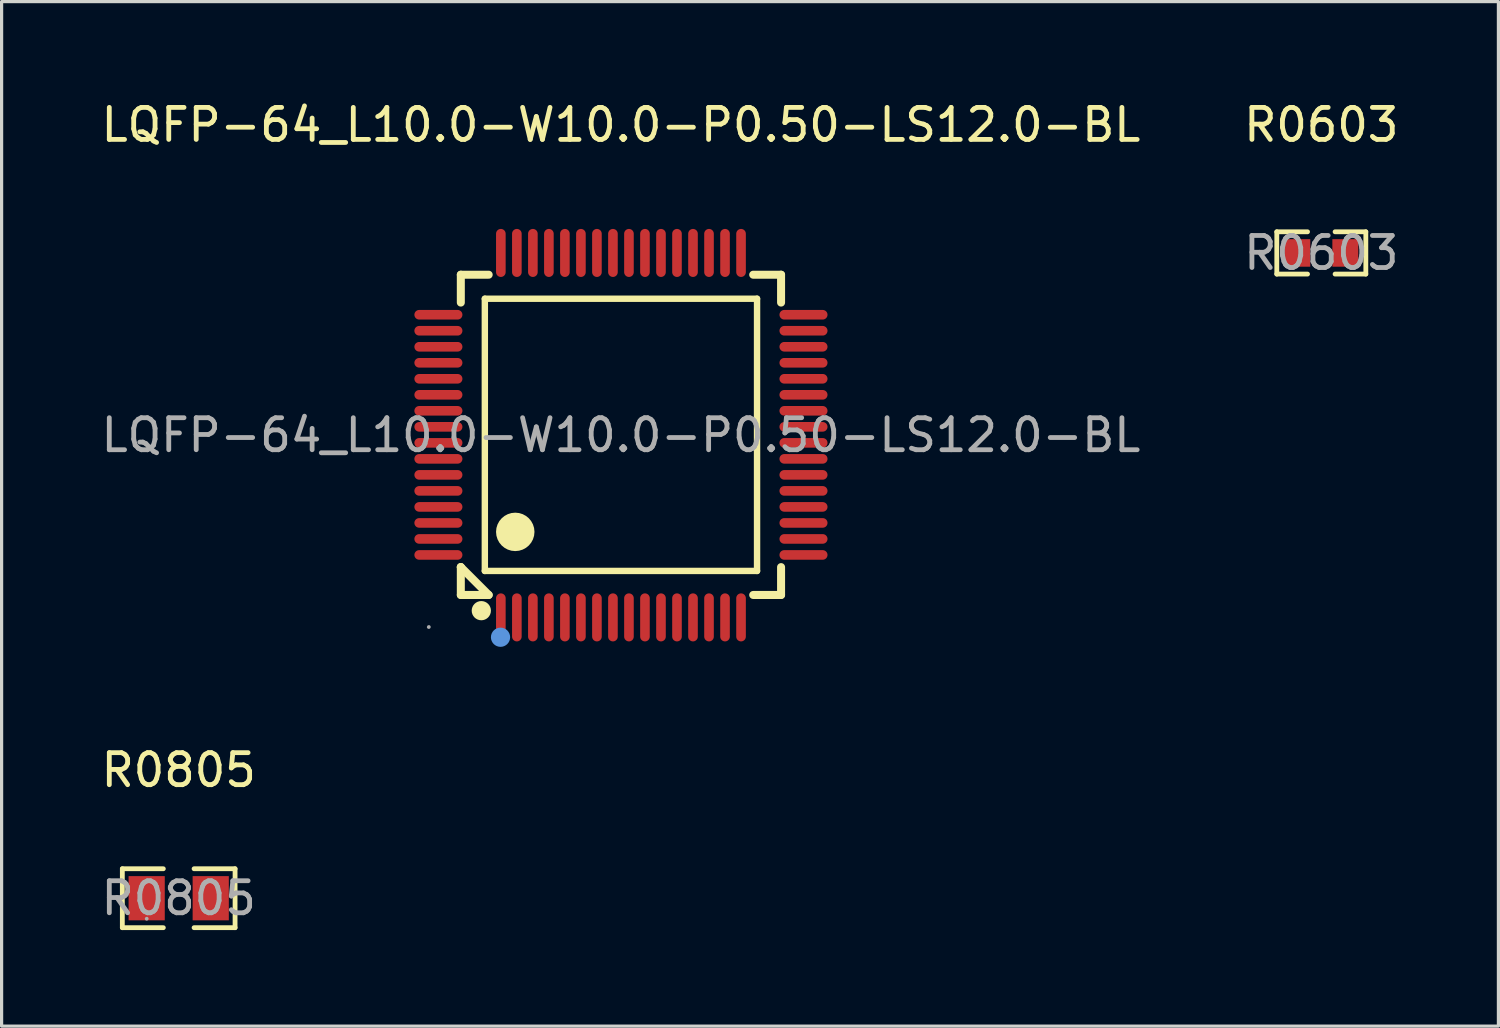
<source format=kicad_pcb>
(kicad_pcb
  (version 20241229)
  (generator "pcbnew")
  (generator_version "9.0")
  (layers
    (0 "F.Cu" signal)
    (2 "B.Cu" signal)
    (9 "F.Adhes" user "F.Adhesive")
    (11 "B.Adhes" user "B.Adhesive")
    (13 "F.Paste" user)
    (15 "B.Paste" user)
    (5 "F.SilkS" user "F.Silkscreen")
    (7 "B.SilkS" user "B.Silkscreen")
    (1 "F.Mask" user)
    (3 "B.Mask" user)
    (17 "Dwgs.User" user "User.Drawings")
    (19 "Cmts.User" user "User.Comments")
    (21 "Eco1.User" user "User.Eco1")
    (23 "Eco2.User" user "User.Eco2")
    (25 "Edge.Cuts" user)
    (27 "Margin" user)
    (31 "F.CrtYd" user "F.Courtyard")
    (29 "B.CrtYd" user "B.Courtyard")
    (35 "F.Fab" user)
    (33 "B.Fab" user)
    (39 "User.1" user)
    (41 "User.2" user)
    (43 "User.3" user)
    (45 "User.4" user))
  (footprint "LQFP-64_L10.0-W10.0-P0.50-LS12.0-BL"
    (layer "F.Cu")
    (at 16.339 10.538)
    (property "Reference" "LQFP-64_L10.0-W10.0-P0.50-LS12.0-BL" (at 0 -9.69 0) (layer "F.SilkS") (effects (font (size 1 1) (thickness 0.15))))
    (attr smd)
    (fp_line (start -5 -5.01) (end -4.13 -5.01) (stroke (width 0.25) (type solid)) (layer "F.SilkS"))
    (fp_line (start -5 -4.14) (end -5 -5.01) (stroke (width 0.25) (type solid)) (layer "F.SilkS"))
    (fp_line (start -5 4.12) (end -5 4.12) (stroke (width 0.25) (type solid)) (layer "F.SilkS"))
    (fp_line (start -5 4.12) (end -4.13 4.99) (stroke (width 0.25) (type solid)) (layer "F.SilkS"))
    (fp_line (start -5 4.99) (end -5 4.12) (stroke (width 0.25) (type solid)) (layer "F.SilkS"))
    (fp_line (start -4.25 -4.26) (end -4.25 4.24) (stroke (width 0.2) (type solid)) (layer "F.SilkS"))
    (fp_line (start -4.25 4.24) (end 4.25 4.24) (stroke (width 0.2) (type solid)) (layer "F.SilkS"))
    (fp_line (start -4.13 4.99) (end -5 4.99) (stroke (width 0.25) (type solid)) (layer "F.SilkS"))
    (fp_line (start 4.25 -4.26) (end -4.25 -4.26) (stroke (width 0.2) (type solid)) (layer "F.SilkS"))
    (fp_line (start 4.25 4.24) (end 4.25 -4.26) (stroke (width 0.2) (type solid)) (layer "F.SilkS"))
    (fp_line (start 5 -5.01) (end 4.13 -5.01) (stroke (width 0.25) (type solid)) (layer "F.SilkS"))
    (fp_line (start 5 -5.01) (end 5 -4.14) (stroke (width 0.25) (type solid)) (layer "F.SilkS"))
    (fp_line (start 5 4.12) (end 5 4.99) (stroke (width 0.25) (type solid)) (layer "F.SilkS"))
    (fp_line (start 5 4.99) (end 4.13 4.99) (stroke (width 0.25) (type solid)) (layer "F.SilkS"))
    (fp_arc (start -4.36 5.48) (mid -4.36 5.48) (end -4.36 5.48) (stroke (width 0.3) (type solid)) (layer "F.SilkS"))
    (fp_arc (start -3.3 3.02) (mid -3.3 3.02) (end -3.3 3.02) (stroke (width 0.6) (type solid)) (layer "F.SilkS"))
    (fp_circle (center -3.76 6.31) (end -3.61 6.31) (stroke (width 0.3) (type solid)) (fill no) (layer "Cmts.User"))
    (fp_circle (center -6 5.99) (end -5.97 5.99) (stroke (width 0.06) (type solid)) (fill no) (layer "F.Fab"))
    (fp_text user "${REFERENCE}" (at 0 0 0) (layer "F.Fab") (effects (font (size 1 1) (thickness 0.15))))
    (pad "1" smd oval (at -3.75 5.69) (size 0.3 1.5) (layers "F.Cu" "F.Mask" "F.Paste"))
    (pad "2" smd oval (at -3.25 5.69) (size 0.3 1.5) (layers "F.Cu" "F.Mask" "F.Paste"))
    (pad "3" smd oval (at -2.75 5.69) (size 0.3 1.5) (layers "F.Cu" "F.Mask" "F.Paste"))
    (pad "4" smd oval (at -2.25 5.69) (size 0.3 1.5) (layers "F.Cu" "F.Mask" "F.Paste"))
    (pad "5" smd oval (at -1.75 5.69) (size 0.3 1.5) (layers "F.Cu" "F.Mask" "F.Paste"))
    (pad "6" smd oval (at -1.25 5.69) (size 0.3 1.5) (layers "F.Cu" "F.Mask" "F.Paste"))
    (pad "7" smd oval (at -0.75 5.69) (size 0.3 1.5) (layers "F.Cu" "F.Mask" "F.Paste"))
    (pad "8" smd oval (at -0.25 5.69) (size 0.3 1.5) (layers "F.Cu" "F.Mask" "F.Paste"))
    (pad "9" smd oval (at 0.25 5.69) (size 0.3 1.5) (layers "F.Cu" "F.Mask" "F.Paste"))
    (pad "10" smd oval (at 0.75 5.69) (size 0.3 1.5) (layers "F.Cu" "F.Mask" "F.Paste"))
    (pad "11" smd oval (at 1.25 5.69) (size 0.3 1.5) (layers "F.Cu" "F.Mask" "F.Paste"))
    (pad "12" smd oval (at 1.75 5.69) (size 0.3 1.5) (layers "F.Cu" "F.Mask" "F.Paste"))
    (pad "13" smd oval (at 2.25 5.69) (size 0.3 1.5) (layers "F.Cu" "F.Mask" "F.Paste"))
    (pad "14" smd oval (at 2.75 5.69) (size 0.3 1.5) (layers "F.Cu" "F.Mask" "F.Paste"))
    (pad "15" smd oval (at 3.25 5.69) (size 0.3 1.5) (layers "F.Cu" "F.Mask" "F.Paste"))
    (pad "16" smd oval (at 3.75 5.69) (size 0.3 1.5) (layers "F.Cu" "F.Mask" "F.Paste"))
    (pad "17" smd oval (at 5.7 3.74) (size 1.5 0.3) (layers "F.Cu" "F.Mask" "F.Paste"))
    (pad "18" smd oval (at 5.7 3.24) (size 1.5 0.3) (layers "F.Cu" "F.Mask" "F.Paste"))
    (pad "19" smd oval (at 5.7 2.74) (size 1.5 0.3) (layers "F.Cu" "F.Mask" "F.Paste"))
    (pad "20" smd oval (at 5.7 2.24) (size 1.5 0.3) (layers "F.Cu" "F.Mask" "F.Paste"))
    (pad "21" smd oval (at 5.7 1.74) (size 1.5 0.3) (layers "F.Cu" "F.Mask" "F.Paste"))
    (pad "22" smd oval (at 5.7 1.24) (size 1.5 0.3) (layers "F.Cu" "F.Mask" "F.Paste"))
    (pad "23" smd oval (at 5.7 0.74) (size 1.5 0.3) (layers "F.Cu" "F.Mask" "F.Paste"))
    (pad "24" smd oval (at 5.7 0.24) (size 1.5 0.3) (layers "F.Cu" "F.Mask" "F.Paste"))
    (pad "25" smd oval (at 5.7 -0.26) (size 1.5 0.3) (layers "F.Cu" "F.Mask" "F.Paste"))
    (pad "26" smd oval (at 5.7 -0.76) (size 1.5 0.3) (layers "F.Cu" "F.Mask" "F.Paste"))
    (pad "27" smd oval (at 5.7 -1.26) (size 1.5 0.3) (layers "F.Cu" "F.Mask" "F.Paste"))
    (pad "28" smd oval (at 5.7 -1.76) (size 1.5 0.3) (layers "F.Cu" "F.Mask" "F.Paste"))
    (pad "29" smd oval (at 5.7 -2.26) (size 1.5 0.3) (layers "F.Cu" "F.Mask" "F.Paste"))
    (pad "30" smd oval (at 5.7 -2.76) (size 1.5 0.3) (layers "F.Cu" "F.Mask" "F.Paste"))
    (pad "31" smd oval (at 5.7 -3.26) (size 1.5 0.3) (layers "F.Cu" "F.Mask" "F.Paste"))
    (pad "32" smd oval (at 5.7 -3.76) (size 1.5 0.3) (layers "F.Cu" "F.Mask" "F.Paste"))
    (pad "33" smd oval (at 3.75 -5.69) (size 0.3 1.5) (layers "F.Cu" "F.Mask" "F.Paste"))
    (pad "34" smd oval (at 3.25 -5.69) (size 0.3 1.5) (layers "F.Cu" "F.Mask" "F.Paste"))
    (pad "35" smd oval (at 2.75 -5.69) (size 0.3 1.5) (layers "F.Cu" "F.Mask" "F.Paste"))
    (pad "36" smd oval (at 2.25 -5.69) (size 0.3 1.5) (layers "F.Cu" "F.Mask" "F.Paste"))
    (pad "37" smd oval (at 1.75 -5.69) (size 0.3 1.5) (layers "F.Cu" "F.Mask" "F.Paste"))
    (pad "38" smd oval (at 1.25 -5.69) (size 0.3 1.5) (layers "F.Cu" "F.Mask" "F.Paste"))
    (pad "39" smd oval (at 0.75 -5.69) (size 0.3 1.5) (layers "F.Cu" "F.Mask" "F.Paste"))
    (pad "40" smd oval (at 0.25 -5.69) (size 0.3 1.5) (layers "F.Cu" "F.Mask" "F.Paste"))
    (pad "41" smd oval (at -0.25 -5.69) (size 0.3 1.5) (layers "F.Cu" "F.Mask" "F.Paste"))
    (pad "42" smd oval (at -0.75 -5.69) (size 0.3 1.5) (layers "F.Cu" "F.Mask" "F.Paste"))
    (pad "43" smd oval (at -1.25 -5.69) (size 0.3 1.5) (layers "F.Cu" "F.Mask" "F.Paste"))
    (pad "44" smd oval (at -1.75 -5.69) (size 0.3 1.5) (layers "F.Cu" "F.Mask" "F.Paste"))
    (pad "45" smd oval (at -2.25 -5.69) (size 0.3 1.5) (layers "F.Cu" "F.Mask" "F.Paste"))
    (pad "46" smd oval (at -2.75 -5.69) (size 0.3 1.5) (layers "F.Cu" "F.Mask" "F.Paste"))
    (pad "47" smd oval (at -3.25 -5.69) (size 0.3 1.5) (layers "F.Cu" "F.Mask" "F.Paste"))
    (pad "48" smd oval (at -3.75 -5.69) (size 0.3 1.5) (layers "F.Cu" "F.Mask" "F.Paste"))
    (pad "49" smd oval (at -5.7 -3.76) (size 1.5 0.3) (layers "F.Cu" "F.Mask" "F.Paste"))
    (pad "50" smd oval (at -5.7 -3.26) (size 1.5 0.3) (layers "F.Cu" "F.Mask" "F.Paste"))
    (pad "51" smd oval (at -5.7 -2.76) (size 1.5 0.3) (layers "F.Cu" "F.Mask" "F.Paste"))
    (pad "52" smd oval (at -5.7 -2.26) (size 1.5 0.3) (layers "F.Cu" "F.Mask" "F.Paste"))
    (pad "53" smd oval (at -5.7 -1.76) (size 1.5 0.3) (layers "F.Cu" "F.Mask" "F.Paste"))
    (pad "54" smd oval (at -5.7 -1.26) (size 1.5 0.3) (layers "F.Cu" "F.Mask" "F.Paste"))
    (pad "55" smd oval (at -5.7 -0.76) (size 1.5 0.3) (layers "F.Cu" "F.Mask" "F.Paste"))
    (pad "56" smd oval (at -5.7 -0.26) (size 1.5 0.3) (layers "F.Cu" "F.Mask" "F.Paste"))
    (pad "57" smd oval (at -5.7 0.24) (size 1.5 0.3) (layers "F.Cu" "F.Mask" "F.Paste"))
    (pad "58" smd oval (at -5.7 0.74) (size 1.5 0.3) (layers "F.Cu" "F.Mask" "F.Paste"))
    (pad "59" smd oval (at -5.7 1.24) (size 1.5 0.3) (layers "F.Cu" "F.Mask" "F.Paste"))
    (pad "60" smd oval (at -5.7 1.74) (size 1.5 0.3) (layers "F.Cu" "F.Mask" "F.Paste"))
    (pad "61" smd oval (at -5.7 2.24) (size 1.5 0.3) (layers "F.Cu" "F.Mask" "F.Paste"))
    (pad "62" smd oval (at -5.7 2.74) (size 1.5 0.3) (layers "F.Cu" "F.Mask" "F.Paste"))
    (pad "63" smd oval (at -5.7 3.24) (size 1.5 0.3) (layers "F.Cu" "F.Mask" "F.Paste"))
    (pad "64" smd oval (at -5.7 3.74) (size 1.5 0.3) (layers "F.Cu" "F.Mask" "F.Paste")))
  (footprint "R0603"
    (layer "F.Cu")
    (at 38.208 4.848)
    (property "Reference" "R0603" (at 0 -4 0) (layer "F.SilkS") (effects (font (size 1 1) (thickness 0.15))))
    (attr smd)
    (fp_line (start -1.39 -0.66) (end -0.43 -0.66) (stroke (width 0.15) (type solid)) (layer "F.SilkS"))
    (fp_line (start -1.39 0.66) (end -1.39 -0.66) (stroke (width 0.15) (type solid)) (layer "F.SilkS"))
    (fp_line (start -0.43 0.66) (end -1.39 0.66) (stroke (width 0.15) (type solid)) (layer "F.SilkS"))
    (fp_line (start 0.43 0.66) (end 1.39 0.66) (stroke (width 0.15) (type solid)) (layer "F.SilkS"))
    (fp_line (start 1.39 -0.66) (end 0.43 -0.66) (stroke (width 0.15) (type solid)) (layer "F.SilkS"))
    (fp_line (start 1.39 0.66) (end 1.39 -0.66) (stroke (width 0.15) (type solid)) (layer "F.SilkS"))
    (fp_circle (center -0.8 0.4) (end -0.77 0.4) (stroke (width 0.06) (type solid)) (fill no) (layer "F.Fab"))
    (fp_text user "${REFERENCE}" (at 0 0 0) (layer "F.Fab") (effects (font (size 1 1) (thickness 0.15))))
    (pad "1" smd rect (at -0.75 0) (size 0.81 0.86) (layers "F.Cu" "F.Mask" "F.Paste"))
    (pad "2" smd rect (at 0.75 0) (size 0.81 0.86) (layers "F.Cu" "F.Mask" "F.Paste")))
  (footprint "R0805"
    (layer "F.Cu")
    (at 2.53 24.997)
    (property "Reference" "R0805" (at 0 -4 0) (layer "F.SilkS") (effects (font (size 1 1) (thickness 0.15))))
    (attr through_hole)
    (fp_line (start -1.76 -0.92) (end -0.48 -0.92) (stroke (width 0.15) (type solid)) (layer "F.SilkS"))
    (fp_line (start -1.76 0.92) (end -1.76 -0.92) (stroke (width 0.15) (type solid)) (layer "F.SilkS"))
    (fp_line (start -0.48 0.92) (end -1.76 0.92) (stroke (width 0.15) (type solid)) (layer "F.SilkS"))
    (fp_line (start 0.48 0.92) (end 1.76 0.92) (stroke (width 0.15) (type solid)) (layer "F.SilkS"))
    (fp_line (start 1.76 -0.92) (end 0.48 -0.92) (stroke (width 0.15) (type solid)) (layer "F.SilkS"))
    (fp_line (start 1.76 0.92) (end 1.76 -0.92) (stroke (width 0.15) (type solid)) (layer "F.SilkS"))
    (fp_circle (center -1 0.64) (end -0.97 0.64) (stroke (width 0.06) (type solid)) (fill no) (layer "F.Fab"))
    (fp_text user "${REFERENCE}" (at 0 0 0) (layer "F.Fab") (effects (font (size 1 1) (thickness 0.15))))
    (pad "1" smd rect (at -1 0) (size 1.13 1.38) (layers "F.Cu" "F.Mask" "F.Paste"))
    (pad "2" smd rect (at 1 0) (size 1.13 1.38) (layers "F.Cu" "F.Mask" "F.Paste")))
  (gr_rect
    (start -3 -3)
    (end 43.738 28.991)
    (stroke (width 0.1) (type default))
    (fill no)
    (layer "Edge.Cuts")))
</source>
